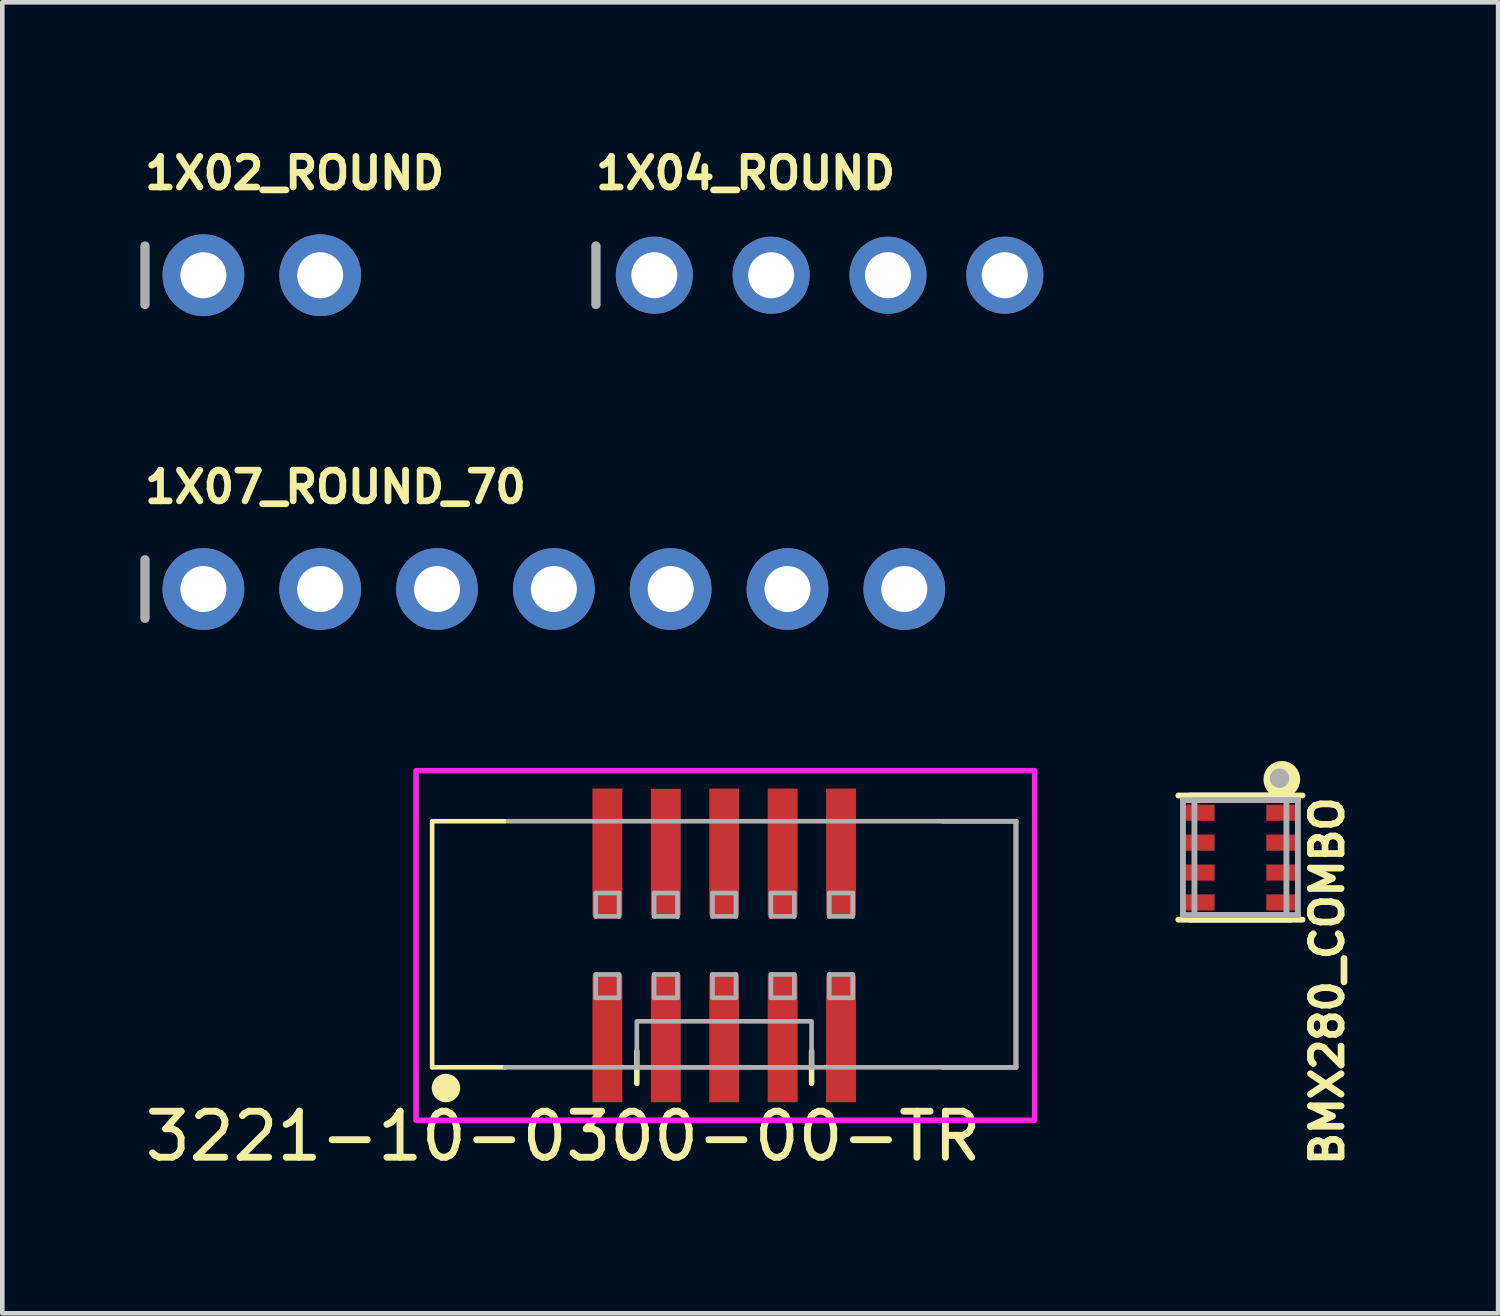
<source format=kicad_pcb>
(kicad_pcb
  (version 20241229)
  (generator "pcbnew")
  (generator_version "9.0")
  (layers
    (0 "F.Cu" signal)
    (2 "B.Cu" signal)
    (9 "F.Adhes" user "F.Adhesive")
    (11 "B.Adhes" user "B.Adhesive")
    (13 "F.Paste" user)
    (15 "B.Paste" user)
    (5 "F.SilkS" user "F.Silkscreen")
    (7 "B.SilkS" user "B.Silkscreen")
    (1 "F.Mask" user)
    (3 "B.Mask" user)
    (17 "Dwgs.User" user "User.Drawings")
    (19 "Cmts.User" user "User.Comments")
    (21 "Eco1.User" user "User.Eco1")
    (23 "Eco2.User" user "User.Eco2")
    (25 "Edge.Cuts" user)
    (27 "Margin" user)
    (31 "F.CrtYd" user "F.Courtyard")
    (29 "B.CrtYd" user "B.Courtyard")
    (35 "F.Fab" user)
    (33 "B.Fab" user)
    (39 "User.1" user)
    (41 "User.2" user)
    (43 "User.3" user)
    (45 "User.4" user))
  (footprint "1X02_ROUND"
    (layer "F.Cu")
    (at 2.642 2.934)
    (property "Reference" "1X02_ROUND" (at -2.616 -1.829 0) (layer "F.SilkS") (effects (font (size 0.666 0.666) (thickness 0.146)) (justify left bottom)))
    (fp_line (start -2.54 -0.635) (end -2.54 0.635) (stroke (width 0.203) (type solid)) (layer "F.Fab"))
    (fp_poly (pts (xy -1.524 0.254) (xy -1.016 0.254) (xy -1.016 -0.254) (xy -1.524 -0.254)) (stroke (width 0.1) (type solid)) (fill no) (layer "F.Fab"))
    (fp_poly (pts (xy 1.016 0.254) (xy 1.524 0.254) (xy 1.524 -0.254) (xy 1.016 -0.254)) (stroke (width 0.1) (type solid)) (fill no) (layer "F.Fab"))
    (pad "1" thru_hole circle (at -1.27 0 90) (size 1.778 1.778) (drill 1) (layers "*.Cu" "*.Mask"))
    (pad "2" thru_hole circle (at 1.27 0 90) (size 1.778 1.778) (drill 1) (layers "*.Cu" "*.Mask")))
  (footprint "1X07_ROUND_70"
    (layer "F.Cu")
    (at 8.992 9.757)
    (property "Reference" "1X07_ROUND_70" (at -8.966 -1.829 0) (layer "F.SilkS") (effects (font (size 0.666 0.666) (thickness 0.146)) (justify left bottom)))
    (fp_line (start -8.89 -0.635) (end -8.89 0.635) (stroke (width 0.203) (type solid)) (layer "F.Fab"))
    (fp_poly (pts (xy -7.874 0.254) (xy -7.366 0.254) (xy -7.366 -0.254) (xy -7.874 -0.254)) (stroke (width 0.1) (type solid)) (fill no) (layer "F.Fab"))
    (fp_poly (pts (xy -5.334 0.254) (xy -4.826 0.254) (xy -4.826 -0.254) (xy -5.334 -0.254)) (stroke (width 0.1) (type solid)) (fill no) (layer "F.Fab"))
    (fp_poly (pts (xy -2.794 0.254) (xy -2.286 0.254) (xy -2.286 -0.254) (xy -2.794 -0.254)) (stroke (width 0.1) (type solid)) (fill no) (layer "F.Fab"))
    (fp_poly (pts (xy -0.254 0.254) (xy 0.254 0.254) (xy 0.254 -0.254) (xy -0.254 -0.254)) (stroke (width 0.1) (type solid)) (fill no) (layer "F.Fab"))
    (fp_poly (pts (xy 2.286 0.254) (xy 2.794 0.254) (xy 2.794 -0.254) (xy 2.286 -0.254)) (stroke (width 0.1) (type solid)) (fill no) (layer "F.Fab"))
    (fp_poly (pts (xy 4.826 0.254) (xy 5.334 0.254) (xy 5.334 -0.254) (xy 4.826 -0.254)) (stroke (width 0.1) (type solid)) (fill no) (layer "F.Fab"))
    (fp_poly (pts (xy 7.366 0.254) (xy 7.874 0.254) (xy 7.874 -0.254) (xy 7.366 -0.254)) (stroke (width 0.1) (type solid)) (fill no) (layer "F.Fab"))
    (pad "1" thru_hole circle (at -7.62 0 90) (size 1.778 1.778) (drill 1) (layers "*.Cu" "*.Mask"))
    (pad "2" thru_hole circle (at -5.08 0 90) (size 1.778 1.778) (drill 1) (layers "*.Cu" "*.Mask"))
    (pad "3" thru_hole circle (at -2.54 0 90) (size 1.778 1.778) (drill 1) (layers "*.Cu" "*.Mask"))
    (pad "4" thru_hole circle (at 0 0 90) (size 1.778 1.778) (drill 1) (layers "*.Cu" "*.Mask"))
    (pad "5" thru_hole circle (at 2.54 0 90) (size 1.778 1.778) (drill 1) (layers "*.Cu" "*.Mask"))
    (pad "6" thru_hole circle (at 5.08 0 90) (size 1.778 1.778) (drill 1) (layers "*.Cu" "*.Mask"))
    (pad "7" thru_hole circle (at 7.62 0 90) (size 1.778 1.778) (drill 1) (layers "*.Cu" "*.Mask")))
  (footprint "BMX280_COMBO"
    (layer "F.Cu")
    (at 23.92 15.596)
    (property "Reference" "BMX280_COMBO" (at 1.498 -1.39 90) (layer "F.SilkS") (effects (font (size 0.666 0.666) (thickness 0.146)) (justify right top)))
    (fp_line (start -1.35 -1.35) (end 1.35 -1.35) (stroke (width 0.127) (type solid)) (layer "F.SilkS"))
    (fp_line (start -1.35 1.35) (end 1.35 1.35) (stroke (width 0.127) (type solid)) (layer "F.SilkS"))
    (fp_line (start -1.1 -1.35) (end 1.1 -1.35) (stroke (width 0.127) (type solid)) (layer "F.SilkS"))
    (fp_line (start 1.1 1.35) (end -1.1 1.35) (stroke (width 0.127) (type solid)) (layer "F.SilkS"))
    (fp_circle (center 0.9 -1.7) (end 1 -1.7) (stroke (width 0.3) (type solid)) (fill no) (layer "F.SilkS"))
    (fp_line (start -1.25 -1.25) (end 1.25 -1.25) (stroke (width 0.127) (type solid)) (layer "F.Fab"))
    (fp_line (start -1.25 1.25) (end -1.25 -1.25) (stroke (width 0.127) (type solid)) (layer "F.Fab"))
    (fp_line (start -1 -1.25) (end 1 -1.25) (stroke (width 0.127) (type solid)) (layer "F.Fab"))
    (fp_line (start -1 1.25) (end -1 -1.25) (stroke (width 0.127) (type solid)) (layer "F.Fab"))
    (fp_line (start 1 -1.25) (end 1 1.25) (stroke (width 0.127) (type solid)) (layer "F.Fab"))
    (fp_line (start 1 1.25) (end -1 1.25) (stroke (width 0.127) (type solid)) (layer "F.Fab"))
    (fp_line (start 1.25 -1.25) (end 1.25 1.25) (stroke (width 0.127) (type solid)) (layer "F.Fab"))
    (fp_line (start 1.25 1.25) (end -1.25 1.25) (stroke (width 0.127) (type solid)) (layer "F.Fab"))
    (fp_circle (center 0.85 -1.725) (end 0.956 -1.725) (stroke (width 0.212) (type solid)) (fill no) (layer "F.Fab"))
    (pad "1" smd rect (at 0.925 -0.975) (size 0.725 0.35) (layers "F.Cu" "F.Mask" "F.Paste"))
    (pad "2" smd rect (at 0.925 -0.325) (size 0.725 0.35) (layers "F.Cu" "F.Mask" "F.Paste"))
    (pad "3" smd rect (at 0.925 0.325) (size 0.725 0.35) (layers "F.Cu" "F.Mask" "F.Paste"))
    (pad "4" smd rect (at 0.925 0.975) (size 0.725 0.35) (layers "F.Cu" "F.Mask" "F.Paste"))
    (pad "5" smd rect (at -0.925 0.975) (size 0.725 0.35) (layers "F.Cu" "F.Mask" "F.Paste"))
    (pad "6" smd rect (at -0.925 0.325) (size 0.725 0.35) (layers "F.Cu" "F.Mask" "F.Paste"))
    (pad "7" smd rect (at -0.925 -0.325) (size 0.725 0.35) (layers "F.Cu" "F.Mask" "F.Paste"))
    (pad "8" smd rect (at -0.925 -0.975) (size 0.725 0.35) (layers "F.Cu" "F.Mask" "F.Paste")))
  (footprint "3221-10-0300-00-TR"
    (layer "F.Cu")
    (at 12.696 17.506)
    (property "Reference" "3221-10-0300-00-TR" (at -3.5 4.15 0) (layer "F.SilkS") (effects (font (size 1 1) (thickness 0.15))))
    (attr through_hole)
    (fp_line (start -6.35 -2.65) (end -6.35 2.65) (stroke (width 0.1) (type solid)) (layer "F.SilkS"))
    (fp_line (start -4.76 -2.7) (end -6.35 -2.7) (stroke (width 0.1) (type solid)) (layer "F.SilkS"))
    (fp_line (start -4.76 2.65) (end -6.35 2.65) (stroke (width 0.1) (type solid)) (layer "F.SilkS"))
    (fp_line (start -1.9 2.3) (end -1.9 3) (stroke (width 0.12) (type solid)) (layer "F.SilkS"))
    (fp_line (start 1.9 2.3) (end 1.9 3) (stroke (width 0.12) (type solid)) (layer "F.SilkS"))
    (fp_line (start 4.75 -2.7) (end 6.34 -2.7) (stroke (width 0.1) (type solid)) (layer "F.SilkS"))
    (fp_line (start 4.75 2.65) (end 6.34 2.65) (stroke (width 0.1) (type solid)) (layer "F.SilkS"))
    (fp_line (start 6.34 2.6) (end 6.34 -2.7) (stroke (width 0.1) (type solid)) (layer "F.SilkS"))
    (fp_circle (center -6.05 3.1) (end -5.8 3.1) (stroke (width 0.12) (type solid)) (fill yes) (layer "F.SilkS"))
    (fp_rect (start -6.7 -3.8) (end 6.75 3.8) (stroke (width 0.12) (type solid)) (fill no) (layer "F.CrtYd"))
    (fp_line (start -4.765 2.65) (end 6.35 2.65) (stroke (width 0.1) (type solid)) (layer "F.Fab"))
    (fp_line (start -2.794 -1.139) (end -2.794 -0.631) (stroke (width 0.1) (type solid)) (layer "F.Fab"))
    (fp_line (start -2.794 -0.631) (end -2.286 -0.631) (stroke (width 0.1) (type solid)) (layer "F.Fab"))
    (fp_line (start -2.794 0.631) (end -2.794 1.139) (stroke (width 0.1) (type solid)) (layer "F.Fab"))
    (fp_line (start -2.794 1.139) (end -2.286 1.139) (stroke (width 0.1) (type solid)) (layer "F.Fab"))
    (fp_line (start -2.286 -1.139) (end -2.794 -1.139) (stroke (width 0.1) (type solid)) (layer "F.Fab"))
    (fp_line (start -2.286 -0.631) (end -2.286 -1.139) (stroke (width 0.1) (type solid)) (layer "F.Fab"))
    (fp_line (start -2.286 0.631) (end -2.794 0.631) (stroke (width 0.1) (type solid)) (layer "F.Fab"))
    (fp_line (start -2.286 1.139) (end -2.286 0.631) (stroke (width 0.1) (type solid)) (layer "F.Fab"))
    (fp_line (start -1.524 -1.139) (end -1.524 -0.631) (stroke (width 0.1) (type solid)) (layer "F.Fab"))
    (fp_line (start -1.524 -0.631) (end -1.016 -0.631) (stroke (width 0.1) (type solid)) (layer "F.Fab"))
    (fp_line (start -1.524 0.631) (end -1.524 1.139) (stroke (width 0.1) (type solid)) (layer "F.Fab"))
    (fp_line (start -1.524 1.139) (end -1.016 1.139) (stroke (width 0.1) (type solid)) (layer "F.Fab"))
    (fp_line (start -1.016 -1.139) (end -1.524 -1.139) (stroke (width 0.1) (type solid)) (layer "F.Fab"))
    (fp_line (start -1.016 -0.631) (end -1.016 -1.139) (stroke (width 0.1) (type solid)) (layer "F.Fab"))
    (fp_line (start -1.016 0.631) (end -1.524 0.631) (stroke (width 0.1) (type solid)) (layer "F.Fab"))
    (fp_line (start -1.016 1.139) (end -1.016 0.631) (stroke (width 0.1) (type solid)) (layer "F.Fab"))
    (fp_line (start -0.254 -1.139) (end -0.254 -0.631) (stroke (width 0.1) (type solid)) (layer "F.Fab"))
    (fp_line (start -0.254 -0.631) (end 0.254 -0.631) (stroke (width 0.1) (type solid)) (layer "F.Fab"))
    (fp_line (start -0.254 0.631) (end -0.254 1.139) (stroke (width 0.1) (type solid)) (layer "F.Fab"))
    (fp_line (start -0.254 1.139) (end 0.254 1.139) (stroke (width 0.1) (type solid)) (layer "F.Fab"))
    (fp_line (start 0.254 -1.139) (end -0.254 -1.139) (stroke (width 0.1) (type solid)) (layer "F.Fab"))
    (fp_line (start 0.254 -0.631) (end 0.254 -1.139) (stroke (width 0.1) (type solid)) (layer "F.Fab"))
    (fp_line (start 0.254 0.631) (end -0.254 0.631) (stroke (width 0.1) (type solid)) (layer "F.Fab"))
    (fp_line (start 0.254 1.139) (end 0.254 0.631) (stroke (width 0.1) (type solid)) (layer "F.Fab"))
    (fp_line (start 1.016 -1.139) (end 1.016 -0.631) (stroke (width 0.1) (type solid)) (layer "F.Fab"))
    (fp_line (start 1.016 -0.631) (end 1.524 -0.631) (stroke (width 0.1) (type solid)) (layer "F.Fab"))
    (fp_line (start 1.016 0.631) (end 1.016 1.139) (stroke (width 0.1) (type solid)) (layer "F.Fab"))
    (fp_line (start 1.016 1.139) (end 1.524 1.139) (stroke (width 0.1) (type solid)) (layer "F.Fab"))
    (fp_line (start 1.524 -1.139) (end 1.016 -1.139) (stroke (width 0.1) (type solid)) (layer "F.Fab"))
    (fp_line (start 1.524 -0.631) (end 1.524 -1.139) (stroke (width 0.1) (type solid)) (layer "F.Fab"))
    (fp_line (start 1.524 0.631) (end 1.016 0.631) (stroke (width 0.1) (type solid)) (layer "F.Fab"))
    (fp_line (start 1.524 1.139) (end 1.524 0.631) (stroke (width 0.1) (type solid)) (layer "F.Fab"))
    (fp_line (start 2.286 -1.139) (end 2.286 -0.631) (stroke (width 0.1) (type solid)) (layer "F.Fab"))
    (fp_line (start 2.286 -0.631) (end 2.794 -0.631) (stroke (width 0.1) (type solid)) (layer "F.Fab"))
    (fp_line (start 2.286 0.631) (end 2.286 1.139) (stroke (width 0.1) (type solid)) (layer "F.Fab"))
    (fp_line (start 2.286 1.139) (end 2.794 1.139) (stroke (width 0.1) (type solid)) (layer "F.Fab"))
    (fp_line (start 2.794 -1.139) (end 2.286 -1.139) (stroke (width 0.1) (type solid)) (layer "F.Fab"))
    (fp_line (start 2.794 -0.631) (end 2.794 -1.139) (stroke (width 0.1) (type solid)) (layer "F.Fab"))
    (fp_line (start 2.794 0.631) (end 2.286 0.631) (stroke (width 0.1) (type solid)) (layer "F.Fab"))
    (fp_line (start 2.794 1.139) (end 2.794 0.631) (stroke (width 0.1) (type solid)) (layer "F.Fab"))
    (fp_line (start 6.35 -2.7) (end -4.7 -2.7) (stroke (width 0.1) (type solid)) (layer "F.Fab"))
    (fp_line (start 6.35 -2.7) (end 6.35 2.65) (stroke (width 0.1) (type solid)) (layer "F.Fab"))
    (fp_rect (start -1.9 2.65) (end 1.9 1.65) (stroke (width 0.1) (type solid)) (fill no) (layer "F.Fab"))
    (pad "1" smd rect (at -2.54 2.03 180) (size 0.65 2.76) (layers "F.Cu" "F.Mask" "F.Paste"))
    (pad "2" smd rect (at -2.54 -2.03 180) (size 0.65 2.76) (layers "F.Cu" "F.Mask" "F.Paste"))
    (pad "3" smd rect (at -1.27 2.03 180) (size 0.65 2.76) (layers "F.Cu" "F.Mask" "F.Paste"))
    (pad "4" smd rect (at -1.27 -2.03 180) (size 0.65 2.75) (layers "F.Cu" "F.Mask" "F.Paste"))
    (pad "5" smd rect (at 0 2.03 180) (size 0.65 2.76) (layers "F.Cu" "F.Mask" "F.Paste"))
    (pad "6" smd rect (at 0 -2.03 180) (size 0.65 2.76) (layers "F.Cu" "F.Mask" "F.Paste"))
    (pad "7" smd rect (at 1.27 2.03 180) (size 0.65 2.76) (layers "F.Cu" "F.Mask" "F.Paste"))
    (pad "8" smd rect (at 1.27 -2.03 180) (size 0.65 2.76) (layers "F.Cu" "F.Mask" "F.Paste"))
    (pad "9" smd rect (at 2.54 2.03 180) (size 0.65 2.76) (layers "F.Cu" "F.Mask" "F.Paste"))
    (pad "10" smd rect (at 2.54 -2.03 180) (size 0.65 2.76) (layers "F.Cu" "F.Mask" "F.Paste")))
  (footprint "1X04_ROUND"
    (layer "F.Cu")
    (at 14.987 2.934)
    (property "Reference" "1X04_ROUND" (at -5.156 -1.829 0) (layer "F.SilkS") (effects (font (size 0.666 0.666) (thickness 0.146)) (justify left bottom)))
    (fp_line (start -5.08 -0.635) (end -5.08 0.635) (stroke (width 0.203) (type solid)) (layer "F.Fab"))
    (fp_poly (pts (xy -4.064 0.254) (xy -3.556 0.254) (xy -3.556 -0.254) (xy -4.064 -0.254)) (stroke (width 0.1) (type solid)) (fill no) (layer "F.Fab"))
    (fp_poly (pts (xy -1.524 0.254) (xy -1.016 0.254) (xy -1.016 -0.254) (xy -1.524 -0.254)) (stroke (width 0.1) (type solid)) (fill no) (layer "F.Fab"))
    (fp_poly (pts (xy 1.016 0.254) (xy 1.524 0.254) (xy 1.524 -0.254) (xy 1.016 -0.254)) (stroke (width 0.1) (type solid)) (fill no) (layer "F.Fab"))
    (fp_poly (pts (xy 3.556 0.254) (xy 4.064 0.254) (xy 4.064 -0.254) (xy 3.556 -0.254)) (stroke (width 0.1) (type solid)) (fill no) (layer "F.Fab"))
    (pad "1" thru_hole circle (at -3.81 0 90) (size 1.676 1.676) (drill 1) (layers "*.Cu" "*.Mask"))
    (pad "2" thru_hole circle (at -1.27 0 90) (size 1.676 1.676) (drill 1) (layers "*.Cu" "*.Mask"))
    (pad "3" thru_hole circle (at 1.27 0 90) (size 1.676 1.676) (drill 1) (layers "*.Cu" "*.Mask"))
    (pad "4" thru_hole circle (at 3.81 0 90) (size 1.676 1.676) (drill 1) (layers "*.Cu" "*.Mask")))
  (gr_rect
    (start -3 -3)
    (end 29.523 25.505)
    (stroke (width 0.1) (type default))
    (fill no)
    (layer "Edge.Cuts")))
</source>
